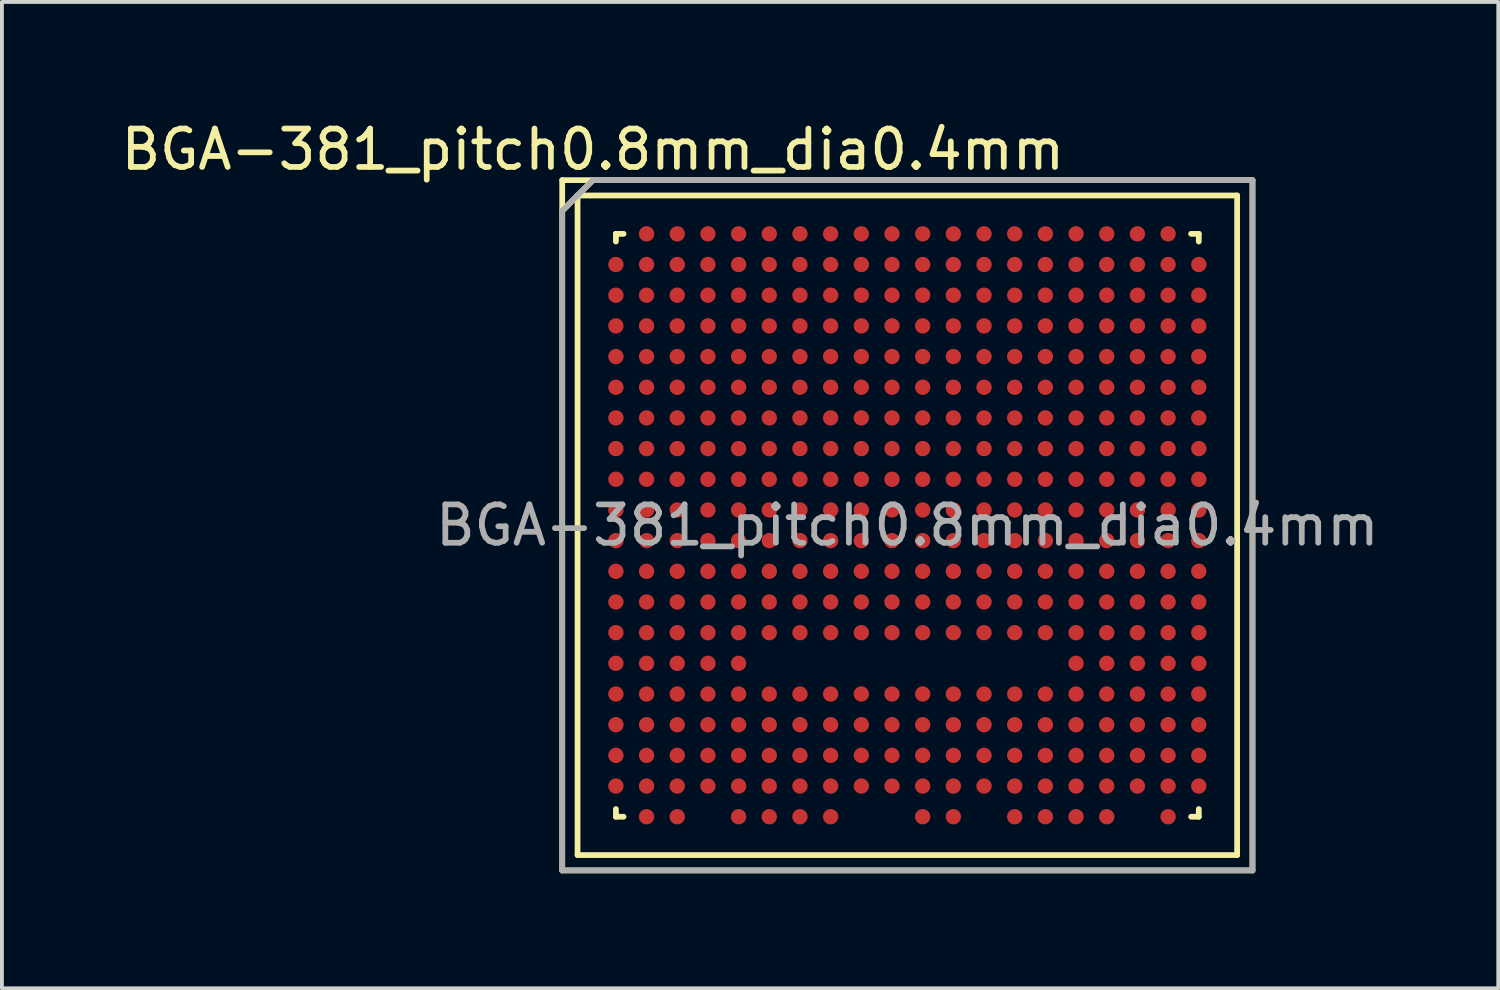
<source format=kicad_pcb>
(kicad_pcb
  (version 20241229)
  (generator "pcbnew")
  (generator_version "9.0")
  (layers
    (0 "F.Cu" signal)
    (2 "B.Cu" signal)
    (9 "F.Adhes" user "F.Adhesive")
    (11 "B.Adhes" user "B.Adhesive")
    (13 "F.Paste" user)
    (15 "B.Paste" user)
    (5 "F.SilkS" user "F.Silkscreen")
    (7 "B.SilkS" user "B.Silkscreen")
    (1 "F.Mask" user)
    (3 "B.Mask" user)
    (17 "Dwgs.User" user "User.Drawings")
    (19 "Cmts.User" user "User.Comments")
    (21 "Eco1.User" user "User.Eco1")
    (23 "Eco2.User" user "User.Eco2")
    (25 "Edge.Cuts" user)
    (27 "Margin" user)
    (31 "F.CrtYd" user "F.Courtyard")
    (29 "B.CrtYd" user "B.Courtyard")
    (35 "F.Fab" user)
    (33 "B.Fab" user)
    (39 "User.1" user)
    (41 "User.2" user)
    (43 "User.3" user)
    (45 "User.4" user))
  (footprint "BGA-381_pitch0.8mm_dia0.4mm"
    (layer "F.Cu")
    (at 20.611 10.648)
    (property "Reference" "BGA-381_pitch0.8mm_dia0.4mm" (at -8.2 -9.8 0) (layer "F.SilkS") (effects (font (size 1 1) (thickness 0.15))))
    (attr smd)
    (fp_line (start -9 -9) (end 9 -9) (stroke (width 0.15) (type solid)) (layer "F.SilkS"))
    (fp_line (start -9 9) (end -9 -9) (stroke (width 0.15) (type solid)) (layer "F.SilkS"))
    (fp_line (start -8.6 -8.6) (end 8.6 -8.6) (stroke (width 0.15) (type solid)) (layer "F.SilkS"))
    (fp_line (start -8.6 8.6) (end -8.6 -8.6) (stroke (width 0.15) (type solid)) (layer "F.SilkS"))
    (fp_line (start -8.2 -9) (end -9 -8.2) (stroke (width 0.15) (type solid)) (layer "F.SilkS"))
    (fp_line (start -7.6 -7.6) (end -7.4 -7.6) (stroke (width 0.15) (type solid)) (layer "F.SilkS"))
    (fp_line (start -7.6 -7.4) (end -7.6 -7.6) (stroke (width 0.15) (type solid)) (layer "F.SilkS"))
    (fp_line (start -7.6 7.4) (end -7.6 7.6) (stroke (width 0.15) (type solid)) (layer "F.SilkS"))
    (fp_line (start -7.6 7.6) (end -7.4 7.6) (stroke (width 0.15) (type solid)) (layer "F.SilkS"))
    (fp_line (start 7.4 -7.6) (end 7.6 -7.6) (stroke (width 0.15) (type solid)) (layer "F.SilkS"))
    (fp_line (start 7.4 7.6) (end 7.6 7.6) (stroke (width 0.15) (type solid)) (layer "F.SilkS"))
    (fp_line (start 7.6 -7.6) (end 7.6 -7.4) (stroke (width 0.15) (type solid)) (layer "F.SilkS"))
    (fp_line (start 7.6 7.6) (end 7.6 7.4) (stroke (width 0.15) (type solid)) (layer "F.SilkS"))
    (fp_line (start 8.6 -8.6) (end 8.6 8.6) (stroke (width 0.15) (type solid)) (layer "F.SilkS"))
    (fp_line (start 8.6 8.6) (end -8.6 8.6) (stroke (width 0.15) (type solid)) (layer "F.SilkS"))
    (fp_line (start 9 -9) (end 9 9) (stroke (width 0.15) (type solid)) (layer "F.SilkS"))
    (fp_line (start 9 9) (end -9 9) (stroke (width 0.15) (type solid)) (layer "F.SilkS"))
    (fp_line (start -9 -8.2) (end -8.2 -9) (stroke (width 0.15) (type solid)) (layer "F.Fab"))
    (fp_line (start -9 9) (end -9 -8.2) (stroke (width 0.15) (type solid)) (layer "F.Fab"))
    (fp_line (start -8.2 -9) (end 9 -9) (stroke (width 0.15) (type solid)) (layer "F.Fab"))
    (fp_line (start 9 -9) (end 9 9) (stroke (width 0.15) (type solid)) (layer "F.Fab"))
    (fp_line (start 9 9) (end -9 9) (stroke (width 0.15) (type solid)) (layer "F.Fab"))
    (fp_text user "${REFERENCE}" (at 0 0 0) (layer "F.Fab") (effects (font (size 1 1) (thickness 0.15))))
    (pad "A2" smd circle (at -6.8 -7.6) (size 0.4 0.4) (layers "F.Cu" "F.Mask" "F.Paste"))
    (pad "A3" smd circle (at -6 -7.6) (size 0.4 0.4) (layers "F.Cu" "F.Mask" "F.Paste"))
    (pad "A4" smd circle (at -5.2 -7.6) (size 0.4 0.4) (layers "F.Cu" "F.Mask" "F.Paste"))
    (pad "A5" smd circle (at -4.4 -7.6) (size 0.4 0.4) (layers "F.Cu" "F.Mask" "F.Paste"))
    (pad "A6" smd circle (at -3.6 -7.6) (size 0.4 0.4) (layers "F.Cu" "F.Mask" "F.Paste"))
    (pad "A7" smd circle (at -2.8 -7.6) (size 0.4 0.4) (layers "F.Cu" "F.Mask" "F.Paste"))
    (pad "A8" smd circle (at -2 -7.6) (size 0.4 0.4) (layers "F.Cu" "F.Mask" "F.Paste"))
    (pad "A9" smd circle (at -1.2 -7.6) (size 0.4 0.4) (layers "F.Cu" "F.Mask" "F.Paste"))
    (pad "A10" smd circle (at -0.4 -7.6) (size 0.4 0.4) (layers "F.Cu" "F.Mask" "F.Paste"))
    (pad "A11" smd circle (at 0.4 -7.6) (size 0.4 0.4) (layers "F.Cu" "F.Mask" "F.Paste"))
    (pad "A12" smd circle (at 1.2 -7.6) (size 0.4 0.4) (layers "F.Cu" "F.Mask" "F.Paste"))
    (pad "A13" smd circle (at 2 -7.6) (size 0.4 0.4) (layers "F.Cu" "F.Mask" "F.Paste"))
    (pad "A14" smd circle (at 2.8 -7.6) (size 0.4 0.4) (layers "F.Cu" "F.Mask" "F.Paste"))
    (pad "A15" smd circle (at 3.6 -7.6) (size 0.4 0.4) (layers "F.Cu" "F.Mask" "F.Paste"))
    (pad "A16" smd circle (at 4.4 -7.6) (size 0.4 0.4) (layers "F.Cu" "F.Mask" "F.Paste"))
    (pad "A17" smd circle (at 5.2 -7.6) (size 0.4 0.4) (layers "F.Cu" "F.Mask" "F.Paste"))
    (pad "A18" smd circle (at 6 -7.6) (size 0.4 0.4) (layers "F.Cu" "F.Mask" "F.Paste"))
    (pad "A19" smd circle (at 6.8 -7.6) (size 0.4 0.4) (layers "F.Cu" "F.Mask" "F.Paste"))
    (pad "B1" smd circle (at -7.6 -6.8) (size 0.4 0.4) (layers "F.Cu" "F.Mask" "F.Paste"))
    (pad "B2" smd circle (at -6.8 -6.8) (size 0.4 0.4) (layers "F.Cu" "F.Mask" "F.Paste"))
    (pad "B3" smd circle (at -6 -6.8) (size 0.4 0.4) (layers "F.Cu" "F.Mask" "F.Paste"))
    (pad "B4" smd circle (at -5.2 -6.8) (size 0.4 0.4) (layers "F.Cu" "F.Mask" "F.Paste"))
    (pad "B5" smd circle (at -4.4 -6.8) (size 0.4 0.4) (layers "F.Cu" "F.Mask" "F.Paste"))
    (pad "B6" smd circle (at -3.6 -6.8) (size 0.4 0.4) (layers "F.Cu" "F.Mask" "F.Paste"))
    (pad "B7" smd circle (at -2.8 -6.8) (size 0.4 0.4) (layers "F.Cu" "F.Mask" "F.Paste"))
    (pad "B8" smd circle (at -2 -6.8) (size 0.4 0.4) (layers "F.Cu" "F.Mask" "F.Paste"))
    (pad "B9" smd circle (at -1.2 -6.8) (size 0.4 0.4) (layers "F.Cu" "F.Mask" "F.Paste"))
    (pad "B10" smd circle (at -0.4 -6.8) (size 0.4 0.4) (layers "F.Cu" "F.Mask" "F.Paste"))
    (pad "B11" smd circle (at 0.4 -6.8) (size 0.4 0.4) (layers "F.Cu" "F.Mask" "F.Paste"))
    (pad "B12" smd circle (at 1.2 -6.8) (size 0.4 0.4) (layers "F.Cu" "F.Mask" "F.Paste"))
    (pad "B13" smd circle (at 2 -6.8) (size 0.4 0.4) (layers "F.Cu" "F.Mask" "F.Paste"))
    (pad "B14" smd circle (at 2.8 -6.8) (size 0.4 0.4) (layers "F.Cu" "F.Mask" "F.Paste"))
    (pad "B15" smd circle (at 3.6 -6.8) (size 0.4 0.4) (layers "F.Cu" "F.Mask" "F.Paste"))
    (pad "B16" smd circle (at 4.4 -6.8) (size 0.4 0.4) (layers "F.Cu" "F.Mask" "F.Paste"))
    (pad "B17" smd circle (at 5.2 -6.8) (size 0.4 0.4) (layers "F.Cu" "F.Mask" "F.Paste"))
    (pad "B18" smd circle (at 6 -6.8) (size 0.4 0.4) (layers "F.Cu" "F.Mask" "F.Paste"))
    (pad "B19" smd circle (at 6.8 -6.8) (size 0.4 0.4) (layers "F.Cu" "F.Mask" "F.Paste"))
    (pad "B20" smd circle (at 7.6 -6.8) (size 0.4 0.4) (layers "F.Cu" "F.Mask" "F.Paste"))
    (pad "C1" smd circle (at -7.6 -6) (size 0.4 0.4) (layers "F.Cu" "F.Mask" "F.Paste"))
    (pad "C2" smd circle (at -6.8 -6) (size 0.4 0.4) (layers "F.Cu" "F.Mask" "F.Paste"))
    (pad "C3" smd circle (at -6 -6) (size 0.4 0.4) (layers "F.Cu" "F.Mask" "F.Paste"))
    (pad "C4" smd circle (at -5.2 -6) (size 0.4 0.4) (layers "F.Cu" "F.Mask" "F.Paste"))
    (pad "C5" smd circle (at -4.4 -6) (size 0.4 0.4) (layers "F.Cu" "F.Mask" "F.Paste"))
    (pad "C6" smd circle (at -3.6 -6) (size 0.4 0.4) (layers "F.Cu" "F.Mask" "F.Paste"))
    (pad "C7" smd circle (at -2.8 -6) (size 0.4 0.4) (layers "F.Cu" "F.Mask" "F.Paste"))
    (pad "C8" smd circle (at -2 -6) (size 0.4 0.4) (layers "F.Cu" "F.Mask" "F.Paste"))
    (pad "C9" smd circle (at -1.2 -6) (size 0.4 0.4) (layers "F.Cu" "F.Mask" "F.Paste"))
    (pad "C10" smd circle (at -0.4 -6) (size 0.4 0.4) (layers "F.Cu" "F.Mask" "F.Paste"))
    (pad "C11" smd circle (at 0.4 -6) (size 0.4 0.4) (layers "F.Cu" "F.Mask" "F.Paste"))
    (pad "C12" smd circle (at 1.2 -6) (size 0.4 0.4) (layers "F.Cu" "F.Mask" "F.Paste"))
    (pad "C13" smd circle (at 2 -6) (size 0.4 0.4) (layers "F.Cu" "F.Mask" "F.Paste"))
    (pad "C14" smd circle (at 2.8 -6) (size 0.4 0.4) (layers "F.Cu" "F.Mask" "F.Paste"))
    (pad "C15" smd circle (at 3.6 -6) (size 0.4 0.4) (layers "F.Cu" "F.Mask" "F.Paste"))
    (pad "C16" smd circle (at 4.4 -6) (size 0.4 0.4) (layers "F.Cu" "F.Mask" "F.Paste"))
    (pad "C17" smd circle (at 5.2 -6) (size 0.4 0.4) (layers "F.Cu" "F.Mask" "F.Paste"))
    (pad "C18" smd circle (at 6 -6) (size 0.4 0.4) (layers "F.Cu" "F.Mask" "F.Paste"))
    (pad "C19" smd circle (at 6.8 -6) (size 0.4 0.4) (layers "F.Cu" "F.Mask" "F.Paste"))
    (pad "C20" smd circle (at 7.6 -6) (size 0.4 0.4) (layers "F.Cu" "F.Mask" "F.Paste"))
    (pad "D1" smd circle (at -7.6 -5.2) (size 0.4 0.4) (layers "F.Cu" "F.Mask" "F.Paste"))
    (pad "D2" smd circle (at -6.8 -5.2) (size 0.4 0.4) (layers "F.Cu" "F.Mask" "F.Paste"))
    (pad "D3" smd circle (at -6 -5.2) (size 0.4 0.4) (layers "F.Cu" "F.Mask" "F.Paste"))
    (pad "D4" smd circle (at -5.2 -5.2) (size 0.4 0.4) (layers "F.Cu" "F.Mask" "F.Paste"))
    (pad "D5" smd circle (at -4.4 -5.2) (size 0.4 0.4) (layers "F.Cu" "F.Mask" "F.Paste"))
    (pad "D6" smd circle (at -3.6 -5.2) (size 0.4 0.4) (layers "F.Cu" "F.Mask" "F.Paste"))
    (pad "D7" smd circle (at -2.8 -5.2) (size 0.4 0.4) (layers "F.Cu" "F.Mask" "F.Paste"))
    (pad "D8" smd circle (at -2 -5.2) (size 0.4 0.4) (layers "F.Cu" "F.Mask" "F.Paste"))
    (pad "D9" smd circle (at -1.2 -5.2) (size 0.4 0.4) (layers "F.Cu" "F.Mask" "F.Paste"))
    (pad "D10" smd circle (at -0.4 -5.2) (size 0.4 0.4) (layers "F.Cu" "F.Mask" "F.Paste"))
    (pad "D11" smd circle (at 0.4 -5.2) (size 0.4 0.4) (layers "F.Cu" "F.Mask" "F.Paste"))
    (pad "D12" smd circle (at 1.2 -5.2) (size 0.4 0.4) (layers "F.Cu" "F.Mask" "F.Paste"))
    (pad "D13" smd circle (at 2 -5.2) (size 0.4 0.4) (layers "F.Cu" "F.Mask" "F.Paste"))
    (pad "D14" smd circle (at 2.8 -5.2) (size 0.4 0.4) (layers "F.Cu" "F.Mask" "F.Paste"))
    (pad "D15" smd circle (at 3.6 -5.2) (size 0.4 0.4) (layers "F.Cu" "F.Mask" "F.Paste"))
    (pad "D16" smd circle (at 4.4 -5.2) (size 0.4 0.4) (layers "F.Cu" "F.Mask" "F.Paste"))
    (pad "D17" smd circle (at 5.2 -5.2) (size 0.4 0.4) (layers "F.Cu" "F.Mask" "F.Paste"))
    (pad "D18" smd circle (at 6 -5.2) (size 0.4 0.4) (layers "F.Cu" "F.Mask" "F.Paste"))
    (pad "D19" smd circle (at 6.8 -5.2) (size 0.4 0.4) (layers "F.Cu" "F.Mask" "F.Paste"))
    (pad "D20" smd circle (at 7.6 -5.2) (size 0.4 0.4) (layers "F.Cu" "F.Mask" "F.Paste"))
    (pad "E1" smd circle (at -7.6 -4.4) (size 0.4 0.4) (layers "F.Cu" "F.Mask" "F.Paste"))
    (pad "E2" smd circle (at -6.8 -4.4) (size 0.4 0.4) (layers "F.Cu" "F.Mask" "F.Paste"))
    (pad "E3" smd circle (at -6 -4.4) (size 0.4 0.4) (layers "F.Cu" "F.Mask" "F.Paste"))
    (pad "E4" smd circle (at -5.2 -4.4) (size 0.4 0.4) (layers "F.Cu" "F.Mask" "F.Paste"))
    (pad "E5" smd circle (at -4.4 -4.4) (size 0.4 0.4) (layers "F.Cu" "F.Mask" "F.Paste"))
    (pad "E6" smd circle (at -3.6 -4.4) (size 0.4 0.4) (layers "F.Cu" "F.Mask" "F.Paste"))
    (pad "E7" smd circle (at -2.8 -4.4) (size 0.4 0.4) (layers "F.Cu" "F.Mask" "F.Paste"))
    (pad "E8" smd circle (at -2 -4.4) (size 0.4 0.4) (layers "F.Cu" "F.Mask" "F.Paste"))
    (pad "E9" smd circle (at -1.2 -4.4) (size 0.4 0.4) (layers "F.Cu" "F.Mask" "F.Paste"))
    (pad "E10" smd circle (at -0.4 -4.4) (size 0.4 0.4) (layers "F.Cu" "F.Mask" "F.Paste"))
    (pad "E11" smd circle (at 0.4 -4.4) (size 0.4 0.4) (layers "F.Cu" "F.Mask" "F.Paste"))
    (pad "E12" smd circle (at 1.2 -4.4) (size 0.4 0.4) (layers "F.Cu" "F.Mask" "F.Paste"))
    (pad "E13" smd circle (at 2 -4.4) (size 0.4 0.4) (layers "F.Cu" "F.Mask" "F.Paste"))
    (pad "E14" smd circle (at 2.8 -4.4) (size 0.4 0.4) (layers "F.Cu" "F.Mask" "F.Paste"))
    (pad "E15" smd circle (at 3.6 -4.4) (size 0.4 0.4) (layers "F.Cu" "F.Mask" "F.Paste"))
    (pad "E16" smd circle (at 4.4 -4.4) (size 0.4 0.4) (layers "F.Cu" "F.Mask" "F.Paste"))
    (pad "E17" smd circle (at 5.2 -4.4) (size 0.4 0.4) (layers "F.Cu" "F.Mask" "F.Paste"))
    (pad "E18" smd circle (at 6 -4.4) (size 0.4 0.4) (layers "F.Cu" "F.Mask" "F.Paste"))
    (pad "E19" smd circle (at 6.8 -4.4) (size 0.4 0.4) (layers "F.Cu" "F.Mask" "F.Paste"))
    (pad "E20" smd circle (at 7.6 -4.4) (size 0.4 0.4) (layers "F.Cu" "F.Mask" "F.Paste"))
    (pad "F1" smd circle (at -7.6 -3.6) (size 0.4 0.4) (layers "F.Cu" "F.Mask" "F.Paste"))
    (pad "F2" smd circle (at -6.8 -3.6) (size 0.4 0.4) (layers "F.Cu" "F.Mask" "F.Paste"))
    (pad "F3" smd circle (at -6 -3.6) (size 0.4 0.4) (layers "F.Cu" "F.Mask" "F.Paste"))
    (pad "F4" smd circle (at -5.2 -3.6) (size 0.4 0.4) (layers "F.Cu" "F.Mask" "F.Paste"))
    (pad "F5" smd circle (at -4.4 -3.6) (size 0.4 0.4) (layers "F.Cu" "F.Mask" "F.Paste"))
    (pad "F6" smd circle (at -3.6 -3.6) (size 0.4 0.4) (layers "F.Cu" "F.Mask" "F.Paste"))
    (pad "F7" smd circle (at -2.8 -3.6) (size 0.4 0.4) (layers "F.Cu" "F.Mask" "F.Paste"))
    (pad "F8" smd circle (at -2 -3.6) (size 0.4 0.4) (layers "F.Cu" "F.Mask" "F.Paste"))
    (pad "F9" smd circle (at -1.2 -3.6) (size 0.4 0.4) (layers "F.Cu" "F.Mask" "F.Paste"))
    (pad "F10" smd circle (at -0.4 -3.6) (size 0.4 0.4) (layers "F.Cu" "F.Mask" "F.Paste"))
    (pad "F11" smd circle (at 0.4 -3.6) (size 0.4 0.4) (layers "F.Cu" "F.Mask" "F.Paste"))
    (pad "F12" smd circle (at 1.2 -3.6) (size 0.4 0.4) (layers "F.Cu" "F.Mask" "F.Paste"))
    (pad "F13" smd circle (at 2 -3.6) (size 0.4 0.4) (layers "F.Cu" "F.Mask" "F.Paste"))
    (pad "F14" smd circle (at 2.8 -3.6) (size 0.4 0.4) (layers "F.Cu" "F.Mask" "F.Paste"))
    (pad "F15" smd circle (at 3.6 -3.6) (size 0.4 0.4) (layers "F.Cu" "F.Mask" "F.Paste"))
    (pad "F16" smd circle (at 4.4 -3.6) (size 0.4 0.4) (layers "F.Cu" "F.Mask" "F.Paste"))
    (pad "F17" smd circle (at 5.2 -3.6) (size 0.4 0.4) (layers "F.Cu" "F.Mask" "F.Paste"))
    (pad "F18" smd circle (at 6 -3.6) (size 0.4 0.4) (layers "F.Cu" "F.Mask" "F.Paste"))
    (pad "F19" smd circle (at 6.8 -3.6) (size 0.4 0.4) (layers "F.Cu" "F.Mask" "F.Paste"))
    (pad "F20" smd circle (at 7.6 -3.6) (size 0.4 0.4) (layers "F.Cu" "F.Mask" "F.Paste"))
    (pad "G1" smd circle (at -7.6 -2.8) (size 0.4 0.4) (layers "F.Cu" "F.Mask" "F.Paste"))
    (pad "G2" smd circle (at -6.8 -2.8) (size 0.4 0.4) (layers "F.Cu" "F.Mask" "F.Paste"))
    (pad "G3" smd circle (at -6 -2.8) (size 0.4 0.4) (layers "F.Cu" "F.Mask" "F.Paste"))
    (pad "G4" smd circle (at -5.2 -2.8) (size 0.4 0.4) (layers "F.Cu" "F.Mask" "F.Paste"))
    (pad "G5" smd circle (at -4.4 -2.8) (size 0.4 0.4) (layers "F.Cu" "F.Mask" "F.Paste"))
    (pad "G6" smd circle (at -3.6 -2.8) (size 0.4 0.4) (layers "F.Cu" "F.Mask" "F.Paste"))
    (pad "G7" smd circle (at -2.8 -2.8) (size 0.4 0.4) (layers "F.Cu" "F.Mask" "F.Paste"))
    (pad "G8" smd circle (at -2 -2.8) (size 0.4 0.4) (layers "F.Cu" "F.Mask" "F.Paste"))
    (pad "G9" smd circle (at -1.2 -2.8) (size 0.4 0.4) (layers "F.Cu" "F.Mask" "F.Paste"))
    (pad "G10" smd circle (at -0.4 -2.8) (size 0.4 0.4) (layers "F.Cu" "F.Mask" "F.Paste"))
    (pad "G11" smd circle (at 0.4 -2.8) (size 0.4 0.4) (layers "F.Cu" "F.Mask" "F.Paste"))
    (pad "G12" smd circle (at 1.2 -2.8) (size 0.4 0.4) (layers "F.Cu" "F.Mask" "F.Paste"))
    (pad "G13" smd circle (at 2 -2.8) (size 0.4 0.4) (layers "F.Cu" "F.Mask" "F.Paste"))
    (pad "G14" smd circle (at 2.8 -2.8) (size 0.4 0.4) (layers "F.Cu" "F.Mask" "F.Paste"))
    (pad "G15" smd circle (at 3.6 -2.8) (size 0.4 0.4) (layers "F.Cu" "F.Mask" "F.Paste"))
    (pad "G16" smd circle (at 4.4 -2.8) (size 0.4 0.4) (layers "F.Cu" "F.Mask" "F.Paste"))
    (pad "G17" smd circle (at 5.2 -2.8) (size 0.4 0.4) (layers "F.Cu" "F.Mask" "F.Paste"))
    (pad "G18" smd circle (at 6 -2.8) (size 0.4 0.4) (layers "F.Cu" "F.Mask" "F.Paste"))
    (pad "G19" smd circle (at 6.8 -2.8) (size 0.4 0.4) (layers "F.Cu" "F.Mask" "F.Paste"))
    (pad "G20" smd circle (at 7.6 -2.8) (size 0.4 0.4) (layers "F.Cu" "F.Mask" "F.Paste"))
    (pad "H1" smd circle (at -7.6 -2) (size 0.4 0.4) (layers "F.Cu" "F.Mask" "F.Paste"))
    (pad "H2" smd circle (at -6.8 -2) (size 0.4 0.4) (layers "F.Cu" "F.Mask" "F.Paste"))
    (pad "H3" smd circle (at -6 -2) (size 0.4 0.4) (layers "F.Cu" "F.Mask" "F.Paste"))
    (pad "H4" smd circle (at -5.2 -2) (size 0.4 0.4) (layers "F.Cu" "F.Mask" "F.Paste"))
    (pad "H5" smd circle (at -4.4 -2) (size 0.4 0.4) (layers "F.Cu" "F.Mask" "F.Paste"))
    (pad "H6" smd circle (at -3.6 -2) (size 0.4 0.4) (layers "F.Cu" "F.Mask" "F.Paste"))
    (pad "H7" smd circle (at -2.8 -2) (size 0.4 0.4) (layers "F.Cu" "F.Mask" "F.Paste"))
    (pad "H8" smd circle (at -2 -2) (size 0.4 0.4) (layers "F.Cu" "F.Mask" "F.Paste"))
    (pad "H9" smd circle (at -1.2 -2) (size 0.4 0.4) (layers "F.Cu" "F.Mask" "F.Paste"))
    (pad "H10" smd circle (at -0.4 -2) (size 0.4 0.4) (layers "F.Cu" "F.Mask" "F.Paste"))
    (pad "H11" smd circle (at 0.4 -2) (size 0.4 0.4) (layers "F.Cu" "F.Mask" "F.Paste"))
    (pad "H12" smd circle (at 1.2 -2) (size 0.4 0.4) (layers "F.Cu" "F.Mask" "F.Paste"))
    (pad "H13" smd circle (at 2 -2) (size 0.4 0.4) (layers "F.Cu" "F.Mask" "F.Paste"))
    (pad "H14" smd circle (at 2.8 -2) (size 0.4 0.4) (layers "F.Cu" "F.Mask" "F.Paste"))
    (pad "H15" smd circle (at 3.6 -2) (size 0.4 0.4) (layers "F.Cu" "F.Mask" "F.Paste"))
    (pad "H16" smd circle (at 4.4 -2) (size 0.4 0.4) (layers "F.Cu" "F.Mask" "F.Paste"))
    (pad "H17" smd circle (at 5.2 -2) (size 0.4 0.4) (layers "F.Cu" "F.Mask" "F.Paste"))
    (pad "H18" smd circle (at 6 -2) (size 0.4 0.4) (layers "F.Cu" "F.Mask" "F.Paste"))
    (pad "H19" smd circle (at 6.8 -2) (size 0.4 0.4) (layers "F.Cu" "F.Mask" "F.Paste"))
    (pad "H20" smd circle (at 7.6 -2) (size 0.4 0.4) (layers "F.Cu" "F.Mask" "F.Paste"))
    (pad "J1" smd circle (at -7.6 -1.2) (size 0.4 0.4) (layers "F.Cu" "F.Mask" "F.Paste"))
    (pad "J2" smd circle (at -6.8 -1.2) (size 0.4 0.4) (layers "F.Cu" "F.Mask" "F.Paste"))
    (pad "J3" smd circle (at -6 -1.2) (size 0.4 0.4) (layers "F.Cu" "F.Mask" "F.Paste"))
    (pad "J4" smd circle (at -5.2 -1.2) (size 0.4 0.4) (layers "F.Cu" "F.Mask" "F.Paste"))
    (pad "J5" smd circle (at -4.4 -1.2) (size 0.4 0.4) (layers "F.Cu" "F.Mask" "F.Paste"))
    (pad "J6" smd circle (at -3.6 -1.2) (size 0.4 0.4) (layers "F.Cu" "F.Mask" "F.Paste"))
    (pad "J7" smd circle (at -2.8 -1.2) (size 0.4 0.4) (layers "F.Cu" "F.Mask" "F.Paste"))
    (pad "J8" smd circle (at -2 -1.2) (size 0.4 0.4) (layers "F.Cu" "F.Mask" "F.Paste"))
    (pad "J9" smd circle (at -1.2 -1.2) (size 0.4 0.4) (layers "F.Cu" "F.Mask" "F.Paste"))
    (pad "J10" smd circle (at -0.4 -1.2) (size 0.4 0.4) (layers "F.Cu" "F.Mask" "F.Paste"))
    (pad "J11" smd circle (at 0.4 -1.2) (size 0.4 0.4) (layers "F.Cu" "F.Mask" "F.Paste"))
    (pad "J12" smd circle (at 1.2 -1.2) (size 0.4 0.4) (layers "F.Cu" "F.Mask" "F.Paste"))
    (pad "J13" smd circle (at 2 -1.2) (size 0.4 0.4) (layers "F.Cu" "F.Mask" "F.Paste"))
    (pad "J14" smd circle (at 2.8 -1.2) (size 0.4 0.4) (layers "F.Cu" "F.Mask" "F.Paste"))
    (pad "J15" smd circle (at 3.6 -1.2) (size 0.4 0.4) (layers "F.Cu" "F.Mask" "F.Paste"))
    (pad "J16" smd circle (at 4.4 -1.2) (size 0.4 0.4) (layers "F.Cu" "F.Mask" "F.Paste"))
    (pad "J17" smd circle (at 5.2 -1.2) (size 0.4 0.4) (layers "F.Cu" "F.Mask" "F.Paste"))
    (pad "J18" smd circle (at 6 -1.2) (size 0.4 0.4) (layers "F.Cu" "F.Mask" "F.Paste"))
    (pad "J19" smd circle (at 6.8 -1.2) (size 0.4 0.4) (layers "F.Cu" "F.Mask" "F.Paste"))
    (pad "J20" smd circle (at 7.6 -1.2) (size 0.4 0.4) (layers "F.Cu" "F.Mask" "F.Paste"))
    (pad "K1" smd circle (at -7.6 -0.4) (size 0.4 0.4) (layers "F.Cu" "F.Mask" "F.Paste"))
    (pad "K2" smd circle (at -6.8 -0.4) (size 0.4 0.4) (layers "F.Cu" "F.Mask" "F.Paste"))
    (pad "K3" smd circle (at -6 -0.4) (size 0.4 0.4) (layers "F.Cu" "F.Mask" "F.Paste"))
    (pad "K4" smd circle (at -5.2 -0.4) (size 0.4 0.4) (layers "F.Cu" "F.Mask" "F.Paste"))
    (pad "K5" smd circle (at -4.4 -0.4) (size 0.4 0.4) (layers "F.Cu" "F.Mask" "F.Paste"))
    (pad "K6" smd circle (at -3.6 -0.4) (size 0.4 0.4) (layers "F.Cu" "F.Mask" "F.Paste"))
    (pad "K7" smd circle (at -2.8 -0.4) (size 0.4 0.4) (layers "F.Cu" "F.Mask" "F.Paste"))
    (pad "K8" smd circle (at -2 -0.4) (size 0.4 0.4) (layers "F.Cu" "F.Mask" "F.Paste"))
    (pad "K9" smd circle (at -1.2 -0.4) (size 0.4 0.4) (layers "F.Cu" "F.Mask" "F.Paste"))
    (pad "K10" smd circle (at -0.4 -0.4) (size 0.4 0.4) (layers "F.Cu" "F.Mask" "F.Paste"))
    (pad "K11" smd circle (at 0.4 -0.4) (size 0.4 0.4) (layers "F.Cu" "F.Mask" "F.Paste"))
    (pad "K12" smd circle (at 1.2 -0.4) (size 0.4 0.4) (layers "F.Cu" "F.Mask" "F.Paste"))
    (pad "K13" smd circle (at 2 -0.4) (size 0.4 0.4) (layers "F.Cu" "F.Mask" "F.Paste"))
    (pad "K14" smd circle (at 2.8 -0.4) (size 0.4 0.4) (layers "F.Cu" "F.Mask" "F.Paste"))
    (pad "K15" smd circle (at 3.6 -0.4) (size 0.4 0.4) (layers "F.Cu" "F.Mask" "F.Paste"))
    (pad "K16" smd circle (at 4.4 -0.4) (size 0.4 0.4) (layers "F.Cu" "F.Mask" "F.Paste"))
    (pad "K17" smd circle (at 5.2 -0.4) (size 0.4 0.4) (layers "F.Cu" "F.Mask" "F.Paste"))
    (pad "K18" smd circle (at 6 -0.4) (size 0.4 0.4) (layers "F.Cu" "F.Mask" "F.Paste"))
    (pad "K19" smd circle (at 6.8 -0.4) (size 0.4 0.4) (layers "F.Cu" "F.Mask" "F.Paste"))
    (pad "K20" smd circle (at 7.6 -0.4) (size 0.4 0.4) (layers "F.Cu" "F.Mask" "F.Paste"))
    (pad "L1" smd circle (at -7.6 0.4) (size 0.4 0.4) (layers "F.Cu" "F.Mask" "F.Paste"))
    (pad "L2" smd circle (at -6.8 0.4) (size 0.4 0.4) (layers "F.Cu" "F.Mask" "F.Paste"))
    (pad "L3" smd circle (at -6 0.4) (size 0.4 0.4) (layers "F.Cu" "F.Mask" "F.Paste"))
    (pad "L4" smd circle (at -5.2 0.4) (size 0.4 0.4) (layers "F.Cu" "F.Mask" "F.Paste"))
    (pad "L5" smd circle (at -4.4 0.4) (size 0.4 0.4) (layers "F.Cu" "F.Mask" "F.Paste"))
    (pad "L6" smd circle (at -3.6 0.4) (size 0.4 0.4) (layers "F.Cu" "F.Mask" "F.Paste"))
    (pad "L7" smd circle (at -2.8 0.4) (size 0.4 0.4) (layers "F.Cu" "F.Mask" "F.Paste"))
    (pad "L8" smd circle (at -2 0.4) (size 0.4 0.4) (layers "F.Cu" "F.Mask" "F.Paste"))
    (pad "L9" smd circle (at -1.2 0.4) (size 0.4 0.4) (layers "F.Cu" "F.Mask" "F.Paste"))
    (pad "L10" smd circle (at -0.4 0.4) (size 0.4 0.4) (layers "F.Cu" "F.Mask" "F.Paste"))
    (pad "L11" smd circle (at 0.4 0.4) (size 0.4 0.4) (layers "F.Cu" "F.Mask" "F.Paste"))
    (pad "L12" smd circle (at 1.2 0.4) (size 0.4 0.4) (layers "F.Cu" "F.Mask" "F.Paste"))
    (pad "L13" smd circle (at 2 0.4) (size 0.4 0.4) (layers "F.Cu" "F.Mask" "F.Paste"))
    (pad "L14" smd circle (at 2.8 0.4) (size 0.4 0.4) (layers "F.Cu" "F.Mask" "F.Paste"))
    (pad "L15" smd circle (at 3.6 0.4) (size 0.4 0.4) (layers "F.Cu" "F.Mask" "F.Paste"))
    (pad "L16" smd circle (at 4.4 0.4) (size 0.4 0.4) (layers "F.Cu" "F.Mask" "F.Paste"))
    (pad "L17" smd circle (at 5.2 0.4) (size 0.4 0.4) (layers "F.Cu" "F.Mask" "F.Paste"))
    (pad "L18" smd circle (at 6 0.4) (size 0.4 0.4) (layers "F.Cu" "F.Mask" "F.Paste"))
    (pad "L19" smd circle (at 6.8 0.4) (size 0.4 0.4) (layers "F.Cu" "F.Mask" "F.Paste"))
    (pad "L20" smd circle (at 7.6 0.4) (size 0.4 0.4) (layers "F.Cu" "F.Mask" "F.Paste"))
    (pad "M1" smd circle (at -7.6 1.2) (size 0.4 0.4) (layers "F.Cu" "F.Mask" "F.Paste"))
    (pad "M2" smd circle (at -6.8 1.2) (size 0.4 0.4) (layers "F.Cu" "F.Mask" "F.Paste"))
    (pad "M3" smd circle (at -6 1.2) (size 0.4 0.4) (layers "F.Cu" "F.Mask" "F.Paste"))
    (pad "M4" smd circle (at -5.2 1.2) (size 0.4 0.4) (layers "F.Cu" "F.Mask" "F.Paste"))
    (pad "M5" smd circle (at -4.4 1.2) (size 0.4 0.4) (layers "F.Cu" "F.Mask" "F.Paste"))
    (pad "M6" smd circle (at -3.6 1.2) (size 0.4 0.4) (layers "F.Cu" "F.Mask" "F.Paste"))
    (pad "M7" smd circle (at -2.8 1.2) (size 0.4 0.4) (layers "F.Cu" "F.Mask" "F.Paste"))
    (pad "M8" smd circle (at -2 1.2) (size 0.4 0.4) (layers "F.Cu" "F.Mask" "F.Paste"))
    (pad "M9" smd circle (at -1.2 1.2) (size 0.4 0.4) (layers "F.Cu" "F.Mask" "F.Paste"))
    (pad "M10" smd circle (at -0.4 1.2) (size 0.4 0.4) (layers "F.Cu" "F.Mask" "F.Paste"))
    (pad "M11" smd circle (at 0.4 1.2) (size 0.4 0.4) (layers "F.Cu" "F.Mask" "F.Paste"))
    (pad "M12" smd circle (at 1.2 1.2) (size 0.4 0.4) (layers "F.Cu" "F.Mask" "F.Paste"))
    (pad "M13" smd circle (at 2 1.2) (size 0.4 0.4) (layers "F.Cu" "F.Mask" "F.Paste"))
    (pad "M14" smd circle (at 2.8 1.2) (size 0.4 0.4) (layers "F.Cu" "F.Mask" "F.Paste"))
    (pad "M15" smd circle (at 3.6 1.2) (size 0.4 0.4) (layers "F.Cu" "F.Mask" "F.Paste"))
    (pad "M16" smd circle (at 4.4 1.2) (size 0.4 0.4) (layers "F.Cu" "F.Mask" "F.Paste"))
    (pad "M17" smd circle (at 5.2 1.2) (size 0.4 0.4) (layers "F.Cu" "F.Mask" "F.Paste"))
    (pad "M18" smd circle (at 6 1.2) (size 0.4 0.4) (layers "F.Cu" "F.Mask" "F.Paste"))
    (pad "M19" smd circle (at 6.8 1.2) (size 0.4 0.4) (layers "F.Cu" "F.Mask" "F.Paste"))
    (pad "M20" smd circle (at 7.6 1.2) (size 0.4 0.4) (layers "F.Cu" "F.Mask" "F.Paste"))
    (pad "N1" smd circle (at -7.6 2) (size 0.4 0.4) (layers "F.Cu" "F.Mask" "F.Paste"))
    (pad "N2" smd circle (at -6.8 2) (size 0.4 0.4) (layers "F.Cu" "F.Mask" "F.Paste"))
    (pad "N3" smd circle (at -6 2) (size 0.4 0.4) (layers "F.Cu" "F.Mask" "F.Paste"))
    (pad "N4" smd circle (at -5.2 2) (size 0.4 0.4) (layers "F.Cu" "F.Mask" "F.Paste"))
    (pad "N5" smd circle (at -4.4 2) (size 0.4 0.4) (layers "F.Cu" "F.Mask" "F.Paste"))
    (pad "N6" smd circle (at -3.6 2) (size 0.4 0.4) (layers "F.Cu" "F.Mask" "F.Paste"))
    (pad "N7" smd circle (at -2.8 2) (size 0.4 0.4) (layers "F.Cu" "F.Mask" "F.Paste"))
    (pad "N8" smd circle (at -2 2) (size 0.4 0.4) (layers "F.Cu" "F.Mask" "F.Paste"))
    (pad "N9" smd circle (at -1.2 2) (size 0.4 0.4) (layers "F.Cu" "F.Mask" "F.Paste"))
    (pad "N10" smd circle (at -0.4 2) (size 0.4 0.4) (layers "F.Cu" "F.Mask" "F.Paste"))
    (pad "N11" smd circle (at 0.4 2) (size 0.4 0.4) (layers "F.Cu" "F.Mask" "F.Paste"))
    (pad "N12" smd circle (at 1.2 2) (size 0.4 0.4) (layers "F.Cu" "F.Mask" "F.Paste"))
    (pad "N13" smd circle (at 2 2) (size 0.4 0.4) (layers "F.Cu" "F.Mask" "F.Paste"))
    (pad "N14" smd circle (at 2.8 2) (size 0.4 0.4) (layers "F.Cu" "F.Mask" "F.Paste"))
    (pad "N15" smd circle (at 3.6 2) (size 0.4 0.4) (layers "F.Cu" "F.Mask" "F.Paste"))
    (pad "N16" smd circle (at 4.4 2) (size 0.4 0.4) (layers "F.Cu" "F.Mask" "F.Paste"))
    (pad "N17" smd circle (at 5.2 2) (size 0.4 0.4) (layers "F.Cu" "F.Mask" "F.Paste"))
    (pad "N18" smd circle (at 6 2) (size 0.4 0.4) (layers "F.Cu" "F.Mask" "F.Paste"))
    (pad "N19" smd circle (at 6.8 2) (size 0.4 0.4) (layers "F.Cu" "F.Mask" "F.Paste"))
    (pad "N20" smd circle (at 7.6 2) (size 0.4 0.4) (layers "F.Cu" "F.Mask" "F.Paste"))
    (pad "P1" smd circle (at -7.6 2.8) (size 0.4 0.4) (layers "F.Cu" "F.Mask" "F.Paste"))
    (pad "P2" smd circle (at -6.8 2.8) (size 0.4 0.4) (layers "F.Cu" "F.Mask" "F.Paste"))
    (pad "P3" smd circle (at -6 2.8) (size 0.4 0.4) (layers "F.Cu" "F.Mask" "F.Paste"))
    (pad "P4" smd circle (at -5.2 2.8) (size 0.4 0.4) (layers "F.Cu" "F.Mask" "F.Paste"))
    (pad "P5" smd circle (at -4.4 2.8) (size 0.4 0.4) (layers "F.Cu" "F.Mask" "F.Paste"))
    (pad "P6" smd circle (at -3.6 2.8) (size 0.4 0.4) (layers "F.Cu" "F.Mask" "F.Paste"))
    (pad "P7" smd circle (at -2.8 2.8) (size 0.4 0.4) (layers "F.Cu" "F.Mask" "F.Paste"))
    (pad "P8" smd circle (at -2 2.8) (size 0.4 0.4) (layers "F.Cu" "F.Mask" "F.Paste"))
    (pad "P9" smd circle (at -1.2 2.8) (size 0.4 0.4) (layers "F.Cu" "F.Mask" "F.Paste"))
    (pad "P10" smd circle (at -0.4 2.8) (size 0.4 0.4) (layers "F.Cu" "F.Mask" "F.Paste"))
    (pad "P11" smd circle (at 0.4 2.8) (size 0.4 0.4) (layers "F.Cu" "F.Mask" "F.Paste"))
    (pad "P12" smd circle (at 1.2 2.8) (size 0.4 0.4) (layers "F.Cu" "F.Mask" "F.Paste"))
    (pad "P13" smd circle (at 2 2.8) (size 0.4 0.4) (layers "F.Cu" "F.Mask" "F.Paste"))
    (pad "P14" smd circle (at 2.8 2.8) (size 0.4 0.4) (layers "F.Cu" "F.Mask" "F.Paste"))
    (pad "P15" smd circle (at 3.6 2.8) (size 0.4 0.4) (layers "F.Cu" "F.Mask" "F.Paste"))
    (pad "P16" smd circle (at 4.4 2.8) (size 0.4 0.4) (layers "F.Cu" "F.Mask" "F.Paste"))
    (pad "P17" smd circle (at 5.2 2.8) (size 0.4 0.4) (layers "F.Cu" "F.Mask" "F.Paste"))
    (pad "P18" smd circle (at 6 2.8) (size 0.4 0.4) (layers "F.Cu" "F.Mask" "F.Paste"))
    (pad "P19" smd circle (at 6.8 2.8) (size 0.4 0.4) (layers "F.Cu" "F.Mask" "F.Paste"))
    (pad "P20" smd circle (at 7.6 2.8) (size 0.4 0.4) (layers "F.Cu" "F.Mask" "F.Paste"))
    (pad "R1" smd circle (at -7.6 3.6) (size 0.4 0.4) (layers "F.Cu" "F.Mask" "F.Paste"))
    (pad "R2" smd circle (at -6.8 3.6) (size 0.4 0.4) (layers "F.Cu" "F.Mask" "F.Paste"))
    (pad "R3" smd circle (at -6 3.6) (size 0.4 0.4) (layers "F.Cu" "F.Mask" "F.Paste"))
    (pad "R4" smd circle (at -5.2 3.6) (size 0.4 0.4) (layers "F.Cu" "F.Mask" "F.Paste"))
    (pad "R5" smd circle (at -4.4 3.6) (size 0.4 0.4) (layers "F.Cu" "F.Mask" "F.Paste"))
    (pad "R16" smd circle (at 4.4 3.6) (size 0.4 0.4) (layers "F.Cu" "F.Mask" "F.Paste"))
    (pad "R17" smd circle (at 5.2 3.6) (size 0.4 0.4) (layers "F.Cu" "F.Mask" "F.Paste"))
    (pad "R18" smd circle (at 6 3.6) (size 0.4 0.4) (layers "F.Cu" "F.Mask" "F.Paste"))
    (pad "R19" smd circle (at 6.8 3.6) (size 0.4 0.4) (layers "F.Cu" "F.Mask" "F.Paste"))
    (pad "R20" smd circle (at 7.6 3.6) (size 0.4 0.4) (layers "F.Cu" "F.Mask" "F.Paste"))
    (pad "T1" smd circle (at -7.6 4.4) (size 0.4 0.4) (layers "F.Cu" "F.Mask" "F.Paste"))
    (pad "T2" smd circle (at -6.8 4.4) (size 0.4 0.4) (layers "F.Cu" "F.Mask" "F.Paste"))
    (pad "T3" smd circle (at -6 4.4) (size 0.4 0.4) (layers "F.Cu" "F.Mask" "F.Paste"))
    (pad "T4" smd circle (at -5.2 4.4) (size 0.4 0.4) (layers "F.Cu" "F.Mask" "F.Paste"))
    (pad "T5" smd circle (at -4.4 4.4) (size 0.4 0.4) (layers "F.Cu" "F.Mask" "F.Paste"))
    (pad "T6" smd circle (at -3.6 4.4) (size 0.4 0.4) (layers "F.Cu" "F.Mask" "F.Paste"))
    (pad "T7" smd circle (at -2.8 4.4) (size 0.4 0.4) (layers "F.Cu" "F.Mask" "F.Paste"))
    (pad "T8" smd circle (at -2 4.4) (size 0.4 0.4) (layers "F.Cu" "F.Mask" "F.Paste"))
    (pad "T9" smd circle (at -1.2 4.4) (size 0.4 0.4) (layers "F.Cu" "F.Mask" "F.Paste"))
    (pad "T10" smd circle (at -0.4 4.4) (size 0.4 0.4) (layers "F.Cu" "F.Mask" "F.Paste"))
    (pad "T11" smd circle (at 0.4 4.4) (size 0.4 0.4) (layers "F.Cu" "F.Mask" "F.Paste"))
    (pad "T12" smd circle (at 1.2 4.4) (size 0.4 0.4) (layers "F.Cu" "F.Mask" "F.Paste"))
    (pad "T13" smd circle (at 2 4.4) (size 0.4 0.4) (layers "F.Cu" "F.Mask" "F.Paste"))
    (pad "T14" smd circle (at 2.8 4.4) (size 0.4 0.4) (layers "F.Cu" "F.Mask" "F.Paste"))
    (pad "T15" smd circle (at 3.6 4.4) (size 0.4 0.4) (layers "F.Cu" "F.Mask" "F.Paste"))
    (pad "T16" smd circle (at 4.4 4.4) (size 0.4 0.4) (layers "F.Cu" "F.Mask" "F.Paste"))
    (pad "T17" smd circle (at 5.2 4.4) (size 0.4 0.4) (layers "F.Cu" "F.Mask" "F.Paste"))
    (pad "T18" smd circle (at 6 4.4) (size 0.4 0.4) (layers "F.Cu" "F.Mask" "F.Paste"))
    (pad "T19" smd circle (at 6.8 4.4) (size 0.4 0.4) (layers "F.Cu" "F.Mask" "F.Paste"))
    (pad "T20" smd circle (at 7.6 4.4) (size 0.4 0.4) (layers "F.Cu" "F.Mask" "F.Paste"))
    (pad "U1" smd circle (at -7.6 5.2) (size 0.4 0.4) (layers "F.Cu" "F.Mask" "F.Paste"))
    (pad "U2" smd circle (at -6.8 5.2) (size 0.4 0.4) (layers "F.Cu" "F.Mask" "F.Paste"))
    (pad "U3" smd circle (at -6 5.2) (size 0.4 0.4) (layers "F.Cu" "F.Mask" "F.Paste"))
    (pad "U4" smd circle (at -5.2 5.2) (size 0.4 0.4) (layers "F.Cu" "F.Mask" "F.Paste"))
    (pad "U5" smd circle (at -4.4 5.2) (size 0.4 0.4) (layers "F.Cu" "F.Mask" "F.Paste"))
    (pad "U6" smd circle (at -3.6 5.2) (size 0.4 0.4) (layers "F.Cu" "F.Mask" "F.Paste"))
    (pad "U7" smd circle (at -2.8 5.2) (size 0.4 0.4) (layers "F.Cu" "F.Mask" "F.Paste"))
    (pad "U8" smd circle (at -2 5.2) (size 0.4 0.4) (layers "F.Cu" "F.Mask" "F.Paste"))
    (pad "U9" smd circle (at -1.2 5.2) (size 0.4 0.4) (layers "F.Cu" "F.Mask" "F.Paste"))
    (pad "U10" smd circle (at -0.4 5.2) (size 0.4 0.4) (layers "F.Cu" "F.Mask" "F.Paste"))
    (pad "U11" smd circle (at 0.4 5.2) (size 0.4 0.4) (layers "F.Cu" "F.Mask" "F.Paste"))
    (pad "U12" smd circle (at 1.2 5.2) (size 0.4 0.4) (layers "F.Cu" "F.Mask" "F.Paste"))
    (pad "U13" smd circle (at 2 5.2) (size 0.4 0.4) (layers "F.Cu" "F.Mask" "F.Paste"))
    (pad "U14" smd circle (at 2.8 5.2) (size 0.4 0.4) (layers "F.Cu" "F.Mask" "F.Paste"))
    (pad "U15" smd circle (at 3.6 5.2) (size 0.4 0.4) (layers "F.Cu" "F.Mask" "F.Paste"))
    (pad "U16" smd circle (at 4.4 5.2) (size 0.4 0.4) (layers "F.Cu" "F.Mask" "F.Paste"))
    (pad "U17" smd circle (at 5.2 5.2) (size 0.4 0.4) (layers "F.Cu" "F.Mask" "F.Paste"))
    (pad "U18" smd circle (at 6 5.2) (size 0.4 0.4) (layers "F.Cu" "F.Mask" "F.Paste"))
    (pad "U19" smd circle (at 6.8 5.2) (size 0.4 0.4) (layers "F.Cu" "F.Mask" "F.Paste"))
    (pad "U20" smd circle (at 7.6 5.2) (size 0.4 0.4) (layers "F.Cu" "F.Mask" "F.Paste"))
    (pad "V1" smd circle (at -7.6 6) (size 0.4 0.4) (layers "F.Cu" "F.Mask" "F.Paste"))
    (pad "V2" smd circle (at -6.8 6) (size 0.4 0.4) (layers "F.Cu" "F.Mask" "F.Paste"))
    (pad "V3" smd circle (at -6 6) (size 0.4 0.4) (layers "F.Cu" "F.Mask" "F.Paste"))
    (pad "V4" smd circle (at -5.2 6) (size 0.4 0.4) (layers "F.Cu" "F.Mask" "F.Paste"))
    (pad "V5" smd circle (at -4.4 6) (size 0.4 0.4) (layers "F.Cu" "F.Mask" "F.Paste"))
    (pad "V6" smd circle (at -3.6 6) (size 0.4 0.4) (layers "F.Cu" "F.Mask" "F.Paste"))
    (pad "V7" smd circle (at -2.8 6) (size 0.4 0.4) (layers "F.Cu" "F.Mask" "F.Paste"))
    (pad "V8" smd circle (at -2 6) (size 0.4 0.4) (layers "F.Cu" "F.Mask" "F.Paste"))
    (pad "V9" smd circle (at -1.2 6) (size 0.4 0.4) (layers "F.Cu" "F.Mask" "F.Paste"))
    (pad "V10" smd circle (at -0.4 6) (size 0.4 0.4) (layers "F.Cu" "F.Mask" "F.Paste"))
    (pad "V11" smd circle (at 0.4 6) (size 0.4 0.4) (layers "F.Cu" "F.Mask" "F.Paste"))
    (pad "V12" smd circle (at 1.2 6) (size 0.4 0.4) (layers "F.Cu" "F.Mask" "F.Paste"))
    (pad "V13" smd circle (at 2 6) (size 0.4 0.4) (layers "F.Cu" "F.Mask" "F.Paste"))
    (pad "V14" smd circle (at 2.8 6) (size 0.4 0.4) (layers "F.Cu" "F.Mask" "F.Paste"))
    (pad "V15" smd circle (at 3.6 6) (size 0.4 0.4) (layers "F.Cu" "F.Mask" "F.Paste"))
    (pad "V16" smd circle (at 4.4 6) (size 0.4 0.4) (layers "F.Cu" "F.Mask" "F.Paste"))
    (pad "V17" smd circle (at 5.2 6) (size 0.4 0.4) (layers "F.Cu" "F.Mask" "F.Paste"))
    (pad "V18" smd circle (at 6 6) (size 0.4 0.4) (layers "F.Cu" "F.Mask" "F.Paste"))
    (pad "V19" smd circle (at 6.8 6) (size 0.4 0.4) (layers "F.Cu" "F.Mask" "F.Paste"))
    (pad "V20" smd circle (at 7.6 6) (size 0.4 0.4) (layers "F.Cu" "F.Mask" "F.Paste"))
    (pad "W1" smd circle (at -7.6 6.8) (size 0.4 0.4) (layers "F.Cu" "F.Mask" "F.Paste"))
    (pad "W2" smd circle (at -6.8 6.8) (size 0.4 0.4) (layers "F.Cu" "F.Mask" "F.Paste"))
    (pad "W3" smd circle (at -6 6.8) (size 0.4 0.4) (layers "F.Cu" "F.Mask" "F.Paste"))
    (pad "W4" smd circle (at -5.2 6.8) (size 0.4 0.4) (layers "F.Cu" "F.Mask" "F.Paste"))
    (pad "W5" smd circle (at -4.4 6.8) (size 0.4 0.4) (layers "F.Cu" "F.Mask" "F.Paste"))
    (pad "W6" smd circle (at -3.6 6.8) (size 0.4 0.4) (layers "F.Cu" "F.Mask" "F.Paste"))
    (pad "W7" smd circle (at -2.8 6.8) (size 0.4 0.4) (layers "F.Cu" "F.Mask" "F.Paste"))
    (pad "W8" smd circle (at -2 6.8) (size 0.4 0.4) (layers "F.Cu" "F.Mask" "F.Paste"))
    (pad "W9" smd circle (at -1.2 6.8) (size 0.4 0.4) (layers "F.Cu" "F.Mask" "F.Paste"))
    (pad "W10" smd circle (at -0.4 6.8) (size 0.4 0.4) (layers "F.Cu" "F.Mask" "F.Paste"))
    (pad "W11" smd circle (at 0.4 6.8) (size 0.4 0.4) (layers "F.Cu" "F.Mask" "F.Paste"))
    (pad "W12" smd circle (at 1.2 6.8) (size 0.4 0.4) (layers "F.Cu" "F.Mask" "F.Paste"))
    (pad "W13" smd circle (at 2 6.8) (size 0.4 0.4) (layers "F.Cu" "F.Mask" "F.Paste"))
    (pad "W14" smd circle (at 2.8 6.8) (size 0.4 0.4) (layers "F.Cu" "F.Mask" "F.Paste"))
    (pad "W15" smd circle (at 3.6 6.8) (size 0.4 0.4) (layers "F.Cu" "F.Mask" "F.Paste"))
    (pad "W16" smd circle (at 4.4 6.8) (size 0.4 0.4) (layers "F.Cu" "F.Mask" "F.Paste"))
    (pad "W17" smd circle (at 5.2 6.8) (size 0.4 0.4) (layers "F.Cu" "F.Mask" "F.Paste"))
    (pad "W18" smd circle (at 6 6.8) (size 0.4 0.4) (layers "F.Cu" "F.Mask" "F.Paste"))
    (pad "W19" smd circle (at 6.8 6.8) (size 0.4 0.4) (layers "F.Cu" "F.Mask" "F.Paste"))
    (pad "W20" smd circle (at 7.6 6.8) (size 0.4 0.4) (layers "F.Cu" "F.Mask" "F.Paste"))
    (pad "Y2" smd circle (at -6.8 7.6) (size 0.4 0.4) (layers "F.Cu" "F.Mask" "F.Paste"))
    (pad "Y3" smd circle (at -6 7.6) (size 0.4 0.4) (layers "F.Cu" "F.Mask" "F.Paste"))
    (pad "Y5" smd circle (at -4.4 7.6) (size 0.4 0.4) (layers "F.Cu" "F.Mask" "F.Paste"))
    (pad "Y6" smd circle (at -3.6 7.6) (size 0.4 0.4) (layers "F.Cu" "F.Mask" "F.Paste"))
    (pad "Y7" smd circle (at -2.8 7.6) (size 0.4 0.4) (layers "F.Cu" "F.Mask" "F.Paste"))
    (pad "Y8" smd circle (at -2 7.6) (size 0.4 0.4) (layers "F.Cu" "F.Mask" "F.Paste"))
    (pad "Y11" smd circle (at 0.4 7.6) (size 0.4 0.4) (layers "F.Cu" "F.Mask" "F.Paste"))
    (pad "Y12" smd circle (at 1.2 7.6) (size 0.4 0.4) (layers "F.Cu" "F.Mask" "F.Paste"))
    (pad "Y14" smd circle (at 2.8 7.6) (size 0.4 0.4) (layers "F.Cu" "F.Mask" "F.Paste"))
    (pad "Y15" smd circle (at 3.6 7.6) (size 0.4 0.4) (layers "F.Cu" "F.Mask" "F.Paste"))
    (pad "Y16" smd circle (at 4.4 7.6) (size 0.4 0.4) (layers "F.Cu" "F.Mask" "F.Paste"))
    (pad "Y17" smd circle (at 5.2 7.6) (size 0.4 0.4) (layers "F.Cu" "F.Mask" "F.Paste"))
    (pad "Y19" smd circle (at 6.8 7.6) (size 0.4 0.4) (layers "F.Cu" "F.Mask" "F.Paste")))
  (gr_rect
    (start -3 -3)
    (end 36.021 22.723)
    (stroke (width 0.1) (type default))
    (fill no)
    (layer "Edge.Cuts")))
</source>
